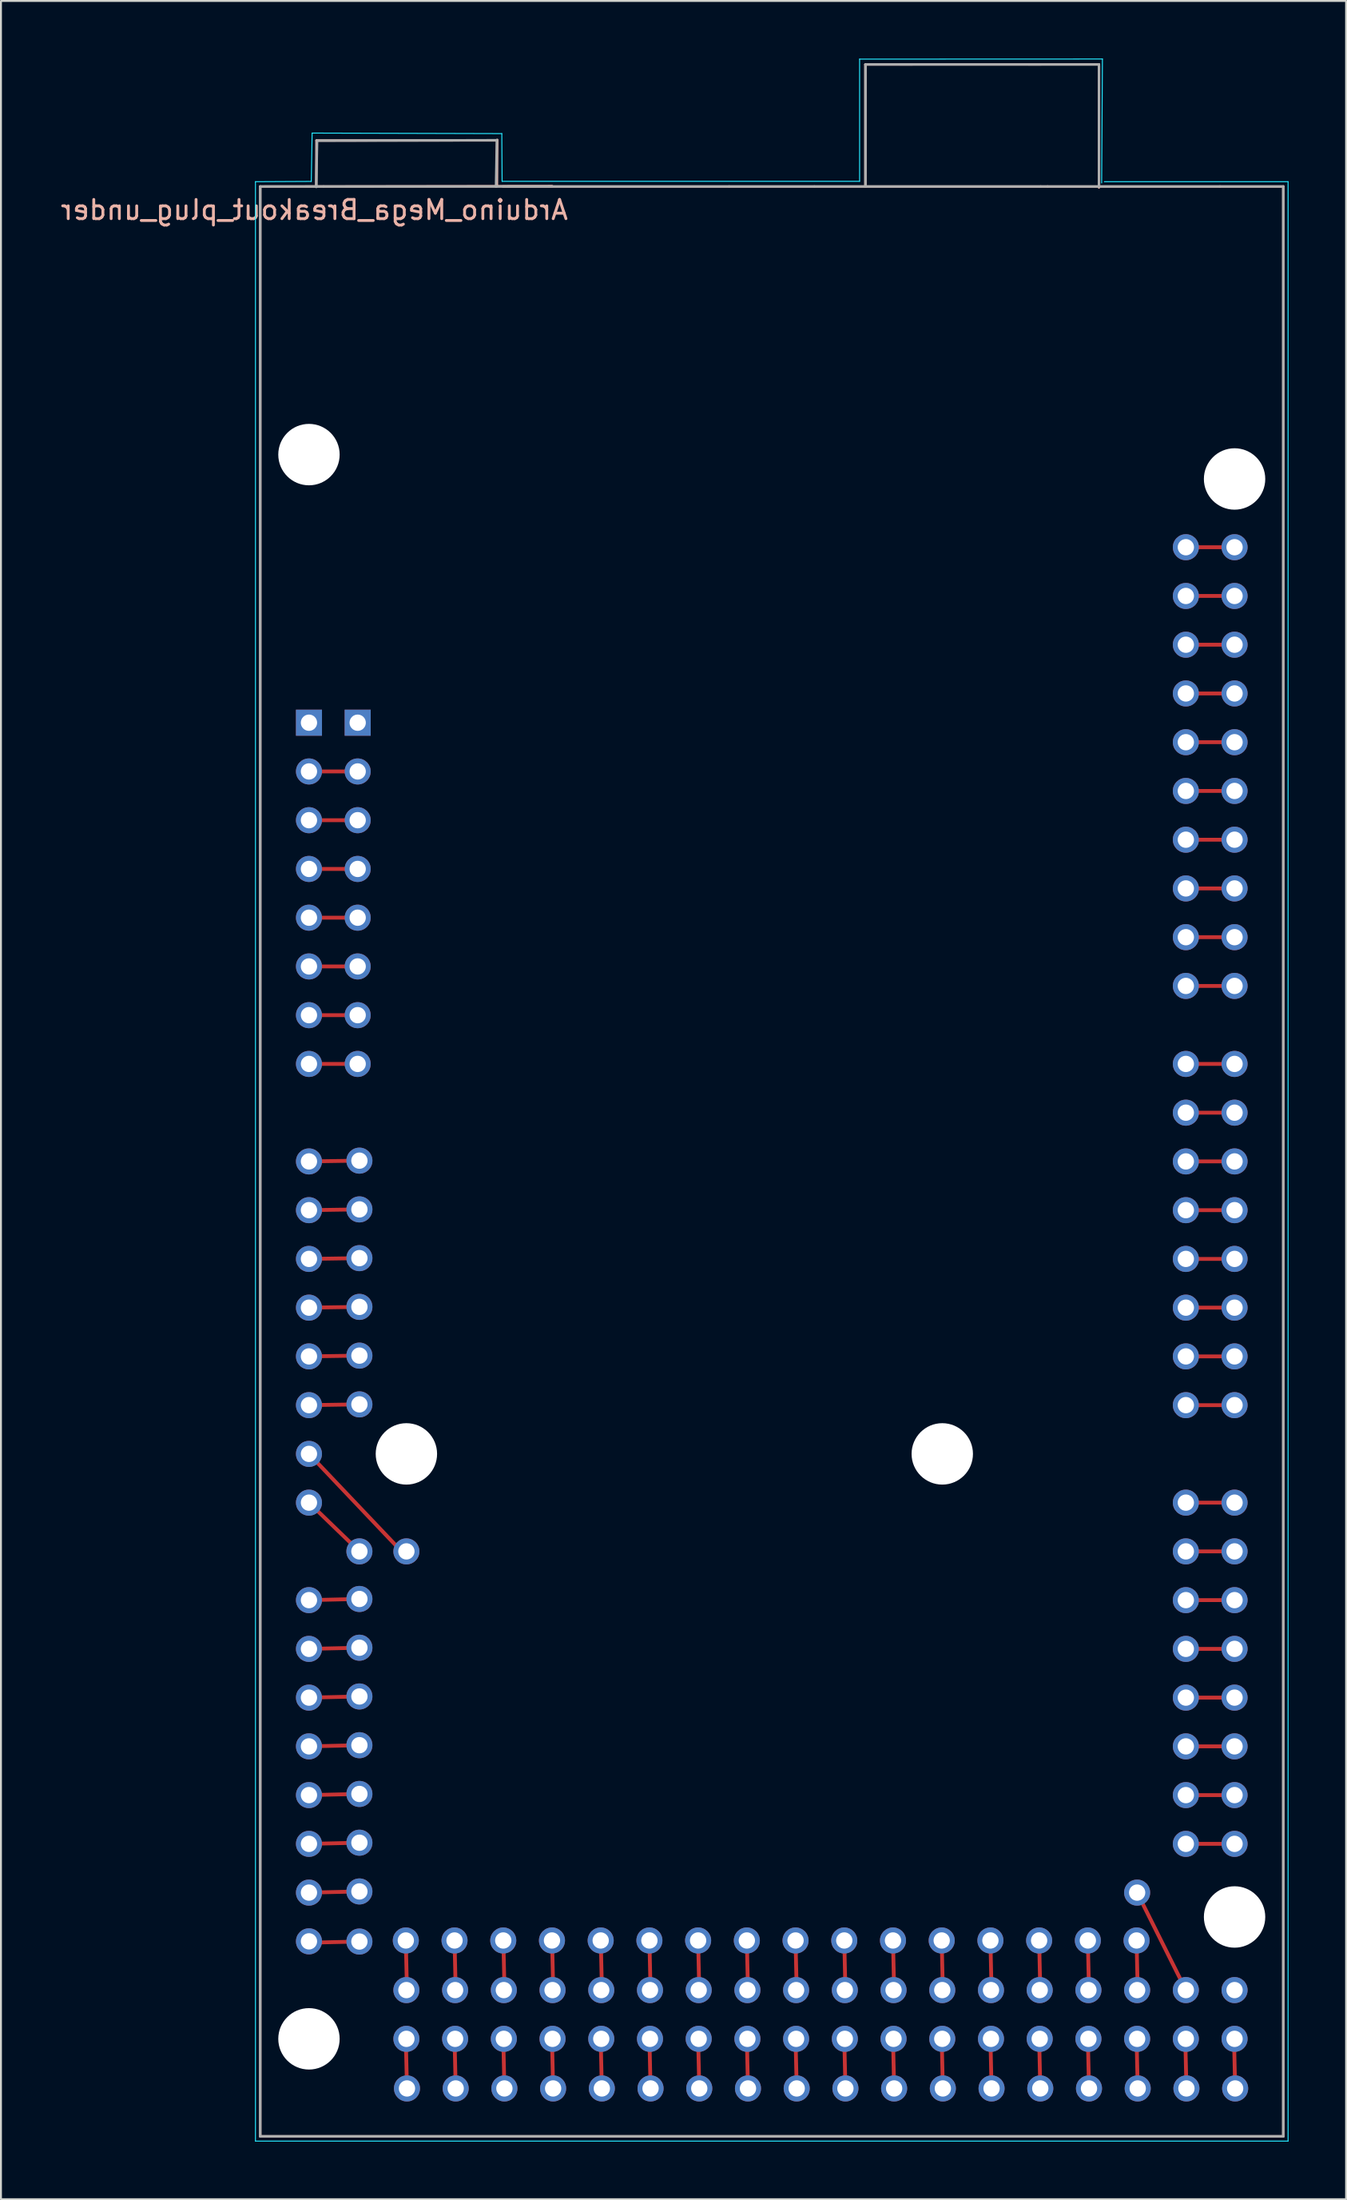
<source format=kicad_pcb>
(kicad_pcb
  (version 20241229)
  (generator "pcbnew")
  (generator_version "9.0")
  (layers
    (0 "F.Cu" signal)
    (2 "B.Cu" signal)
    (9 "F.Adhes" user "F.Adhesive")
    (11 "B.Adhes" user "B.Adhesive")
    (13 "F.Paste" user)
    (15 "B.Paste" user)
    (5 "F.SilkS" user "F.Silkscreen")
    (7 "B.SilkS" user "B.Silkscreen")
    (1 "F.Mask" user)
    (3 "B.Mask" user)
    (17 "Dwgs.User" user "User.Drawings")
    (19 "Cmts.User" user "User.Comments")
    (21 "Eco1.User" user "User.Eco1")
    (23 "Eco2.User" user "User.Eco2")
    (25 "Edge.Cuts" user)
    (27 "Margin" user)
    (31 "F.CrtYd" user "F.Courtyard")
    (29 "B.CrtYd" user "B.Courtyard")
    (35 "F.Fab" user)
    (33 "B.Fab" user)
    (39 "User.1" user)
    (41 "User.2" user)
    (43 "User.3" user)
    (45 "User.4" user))
  (footprint "Arduino_Mega_Breakout_plug_under"
    (layer "F.Cu")
    (at 37.189 57.468)
    (property "Reference" "Arduino_Mega_Breakout_plug_under" (at -23.85 -49.58 0) (layer "B.SilkS") (effects (font (size 1 1) (thickness 0.15)) (justify mirror)))
    (attr through_hole)
    (fp_line (start -24.13 -20.32) (end -21.59 -20.32) (stroke (width 0.2) (type default)) (layer "F.Cu"))
    (fp_line (start -24.13 -15.24) (end -24 -15.25) (stroke (width 0.2) (type default)) (layer "F.Cu"))
    (fp_line (start -24.13 -15.24) (end -23.75 -15) (stroke (width 0.2) (type default)) (layer "F.Cu"))
    (fp_line (start -24.13 15.24) (end -19.304 20.32) (stroke (width 0.2) (type default)) (layer "F.Cu"))
    (fp_line (start -24 -15.25) (end -24.13 -15.24) (stroke (width 0.2) (type default)) (layer "F.Cu"))
    (fp_line (start -21.59 -17.78) (end -24.13 -17.78) (stroke (width 0.2) (type default)) (layer "F.Cu"))
    (fp_line (start -21.59 -15.24) (end -24.13 -15.24) (stroke (width 0.2) (type default)) (layer "F.Cu"))
    (fp_line (start -21.59 -12.7) (end -24.13 -12.7) (stroke (width 0.2) (type default)) (layer "F.Cu"))
    (fp_line (start -21.59 -10.16) (end -24.13 -10.16) (stroke (width 0.2) (type default)) (layer "F.Cu"))
    (fp_line (start -21.59 -7.62) (end -24.13 -7.62) (stroke (width 0.2) (type default)) (layer "F.Cu"))
    (fp_line (start -21.59 -5.08) (end -24.13 -5.08) (stroke (width 0.2) (type default)) (layer "F.Cu"))
    (fp_line (start -21.5 -0.04) (end -24.13 0) (stroke (width 0.2) (type default)) (layer "F.Cu"))
    (fp_line (start -21.5 2.5) (end -24.13 2.54) (stroke (width 0.2) (type default)) (layer "F.Cu"))
    (fp_line (start -21.5 5.04) (end -24.13 5.08) (stroke (width 0.2) (type default)) (layer "F.Cu"))
    (fp_line (start -21.5 7.58) (end -24.13 7.62) (stroke (width 0.2) (type default)) (layer "F.Cu"))
    (fp_line (start -21.5 10.12) (end -24.13 10.16) (stroke (width 0.2) (type default)) (layer "F.Cu"))
    (fp_line (start -21.5 12.66) (end -24.13 12.7) (stroke (width 0.2) (type default)) (layer "F.Cu"))
    (fp_line (start -21.5 20.32) (end -24.13 17.78) (stroke (width 0.2) (type default)) (layer "F.Cu"))
    (fp_line (start -21.5 22.8) (end -24.13 22.86) (stroke (width 0.2) (type default)) (layer "F.Cu"))
    (fp_line (start -21.5 25.34) (end -24.13 25.4) (stroke (width 0.2) (type default)) (layer "F.Cu"))
    (fp_line (start -21.5 27.88) (end -24.13 27.94) (stroke (width 0.2) (type default)) (layer "F.Cu"))
    (fp_line (start -21.5 30.42) (end -24.13 30.48) (stroke (width 0.2) (type default)) (layer "F.Cu"))
    (fp_line (start -21.5 32.96) (end -24.13 33.02) (stroke (width 0.2) (type default)) (layer "F.Cu"))
    (fp_line (start -21.5 35.5) (end -24.13 35.56) (stroke (width 0.2) (type default)) (layer "F.Cu"))
    (fp_line (start -21.5 38.04) (end -24.13 38.1) (stroke (width 0.2) (type default)) (layer "F.Cu"))
    (fp_line (start -21.5 40.65) (end -24.13 40.71) (stroke (width 0.2) (type default)) (layer "F.Cu"))
    (fp_line (start -19.08 40.595) (end -19.02 43.225) (stroke (width 0.2) (type default)) (layer "F.Cu"))
    (fp_line (start -19.08 45.675) (end -19.02 48.305) (stroke (width 0.2) (type default)) (layer "F.Cu"))
    (fp_line (start -16.54 40.595) (end -16.48 43.225) (stroke (width 0.2) (type default)) (layer "F.Cu"))
    (fp_line (start -16.54 45.675) (end -16.48 48.305) (stroke (width 0.2) (type default)) (layer "F.Cu"))
    (fp_line (start -14 40.341) (end -13.94 42.971) (stroke (width 0.2) (type default)) (layer "F.Cu"))
    (fp_line (start -14 45.675) (end -13.94 48.305) (stroke (width 0.2) (type default)) (layer "F.Cu"))
    (fp_line (start -11.46 40.341) (end -11.4 42.971) (stroke (width 0.2) (type default)) (layer "F.Cu"))
    (fp_line (start -11.46 45.675) (end -11.4 48.305) (stroke (width 0.2) (type default)) (layer "F.Cu"))
    (fp_line (start -8.92 40.341) (end -8.86 42.971) (stroke (width 0.2) (type default)) (layer "F.Cu"))
    (fp_line (start -8.92 45.675) (end -8.86 48.305) (stroke (width 0.2) (type default)) (layer "F.Cu"))
    (fp_line (start -6.38 40.595) (end -6.32 43.225) (stroke (width 0.2) (type default)) (layer "F.Cu"))
    (fp_line (start -6.38 45.675) (end -6.32 48.305) (stroke (width 0.2) (type default)) (layer "F.Cu"))
    (fp_line (start -3.84 40.595) (end -3.78 43.225) (stroke (width 0.2) (type default)) (layer "F.Cu"))
    (fp_line (start -3.84 45.675) (end -3.78 48.305) (stroke (width 0.2) (type default)) (layer "F.Cu"))
    (fp_line (start -1.3 40.595) (end -1.24 43.225) (stroke (width 0.2) (type default)) (layer "F.Cu"))
    (fp_line (start -1.3 45.675) (end -1.24 48.305) (stroke (width 0.2) (type default)) (layer "F.Cu"))
    (fp_line (start 1.24 40.595) (end 1.3 43.225) (stroke (width 0.2) (type default)) (layer "F.Cu"))
    (fp_line (start 1.24 45.675) (end 1.3 48.305) (stroke (width 0.2) (type default)) (layer "F.Cu"))
    (fp_line (start 3.78 40.595) (end 3.84 43.225) (stroke (width 0.2) (type default)) (layer "F.Cu"))
    (fp_line (start 3.78 45.675) (end 3.84 48.305) (stroke (width 0.2) (type default)) (layer "F.Cu"))
    (fp_line (start 6.32 40.595) (end 6.38 43.225) (stroke (width 0.2) (type default)) (layer "F.Cu"))
    (fp_line (start 6.32 45.675) (end 6.38 48.305) (stroke (width 0.2) (type default)) (layer "F.Cu"))
    (fp_line (start 8.86 40.595) (end 8.92 43.225) (stroke (width 0.2) (type default)) (layer "F.Cu"))
    (fp_line (start 8.86 45.675) (end 8.92 48.305) (stroke (width 0.2) (type default)) (layer "F.Cu"))
    (fp_line (start 11.4 40.595) (end 11.46 43.225) (stroke (width 0.2) (type default)) (layer "F.Cu"))
    (fp_line (start 11.4 45.675) (end 11.46 48.305) (stroke (width 0.2) (type default)) (layer "F.Cu"))
    (fp_line (start 13.94 40.595) (end 14 43.225) (stroke (width 0.2) (type default)) (layer "F.Cu"))
    (fp_line (start 13.94 45.675) (end 14 48.305) (stroke (width 0.2) (type default)) (layer "F.Cu"))
    (fp_line (start 16.48 40.595) (end 16.54 43.225) (stroke (width 0.2) (type default)) (layer "F.Cu"))
    (fp_line (start 16.48 45.675) (end 16.54 48.305) (stroke (width 0.2) (type default)) (layer "F.Cu"))
    (fp_line (start 19.02 40.595) (end 19.08 43.225) (stroke (width 0.2) (type default)) (layer "F.Cu"))
    (fp_line (start 19.02 45.675) (end 19.08 48.305) (stroke (width 0.2) (type default)) (layer "F.Cu"))
    (fp_line (start 19.05 38.1) (end 21.336 42.672) (stroke (width 0.2) (type default)) (layer "F.Cu"))
    (fp_line (start 21.56 45.675) (end 21.62 48.305) (stroke (width 0.2) (type default)) (layer "F.Cu"))
    (fp_line (start 21.59 -32.004) (end 24.13 -32.004) (stroke (width 0.2) (type default)) (layer "F.Cu"))
    (fp_line (start 21.59 -29.464) (end 24.13 -29.464) (stroke (width 0.2) (type default)) (layer "F.Cu"))
    (fp_line (start 21.59 -26.924) (end 24.13 -26.924) (stroke (width 0.2) (type default)) (layer "F.Cu"))
    (fp_line (start 21.59 -24.384) (end 24.13 -24.384) (stroke (width 0.2) (type default)) (layer "F.Cu"))
    (fp_line (start 21.59 -21.844) (end 24.13 -21.844) (stroke (width 0.2) (type default)) (layer "F.Cu"))
    (fp_line (start 21.59 -19.304) (end 24.13 -19.304) (stroke (width 0.2) (type default)) (layer "F.Cu"))
    (fp_line (start 21.59 -16.764) (end 24.13 -16.764) (stroke (width 0.2) (type default)) (layer "F.Cu"))
    (fp_line (start 21.59 -14.224) (end 24.13 -14.224) (stroke (width 0.2) (type default)) (layer "F.Cu"))
    (fp_line (start 21.59 -11.684) (end 24.13 -11.684) (stroke (width 0.2) (type default)) (layer "F.Cu"))
    (fp_line (start 21.59 -9.144) (end 24.13 -9.144) (stroke (width 0.2) (type default)) (layer "F.Cu"))
    (fp_line (start 21.59 -5.08) (end 24.13 -5.08) (stroke (width 0.2) (type default)) (layer "F.Cu"))
    (fp_line (start 21.59 -2.54) (end 24.13 -2.54) (stroke (width 0.2) (type default)) (layer "F.Cu"))
    (fp_line (start 21.59 0) (end 24.13 0) (stroke (width 0.2) (type default)) (layer "F.Cu"))
    (fp_line (start 21.59 2.54) (end 24.13 2.54) (stroke (width 0.2) (type default)) (layer "F.Cu"))
    (fp_line (start 21.59 5.08) (end 24.13 5.08) (stroke (width 0.2) (type default)) (layer "F.Cu"))
    (fp_line (start 21.59 7.62) (end 24.13 7.62) (stroke (width 0.2) (type default)) (layer "F.Cu"))
    (fp_line (start 21.59 10.16) (end 24.13 10.16) (stroke (width 0.2) (type default)) (layer "F.Cu"))
    (fp_line (start 21.59 12.7) (end 24.13 12.7) (stroke (width 0.2) (type default)) (layer "F.Cu"))
    (fp_line (start 21.59 17.78) (end 24.13 17.78) (stroke (width 0.2) (type default)) (layer "F.Cu"))
    (fp_line (start 21.59 20.32) (end 24.13 20.32) (stroke (width 0.2) (type default)) (layer "F.Cu"))
    (fp_line (start 21.59 22.86) (end 24.13 22.86) (stroke (width 0.2) (type default)) (layer "F.Cu"))
    (fp_line (start 21.59 25.4) (end 24.13 25.4) (stroke (width 0.2) (type default)) (layer "F.Cu"))
    (fp_line (start 21.59 27.94) (end 24.13 27.94) (stroke (width 0.2) (type default)) (layer "F.Cu"))
    (fp_line (start 21.59 30.48) (end 24.13 30.48) (stroke (width 0.2) (type default)) (layer "F.Cu"))
    (fp_line (start 21.59 33.02) (end 24.13 33.02) (stroke (width 0.2) (type default)) (layer "F.Cu"))
    (fp_line (start 21.59 35.56) (end 24.13 35.56) (stroke (width 0.2) (type default)) (layer "F.Cu"))
    (fp_line (start 24.1 45.675) (end 24.16 48.305) (stroke (width 0.2) (type default)) (layer "F.Cu"))
    (fp_line (start -26.67 -50.8) (end -26.67 50.8) (stroke (width 0.127) (type solid)) (layer "B.SilkS"))
    (fp_line (start -26.67 50.8) (end 26.67 50.8) (stroke (width 0.127) (type solid)) (layer "B.SilkS"))
    (fp_line (start -23.75 -50.795) (end -23.736 -53.197) (stroke (width 0.127) (type solid)) (layer "B.SilkS"))
    (fp_line (start -23.736 -53.197) (end -14.364 -53.203) (stroke (width 0.127) (type solid)) (layer "B.SilkS"))
    (fp_line (start -14.313 -53.231) (end -14.33 -50.82) (stroke (width 0.127) (type solid)) (layer "B.SilkS"))
    (fp_line (start -11.45 -50.82) (end -26.67 -50.8) (stroke (width 0.127) (type solid)) (layer "B.SilkS"))
    (fp_line (start -2.22 -50.8) (end -14.02 -50.8) (stroke (width 0.127) (type solid)) (layer "B.SilkS"))
    (fp_line (start 4.88 -57.155) (end 4.88 -50.805) (stroke (width 0.127) (type solid)) (layer "B.SilkS"))
    (fp_line (start 14.378 -50.8) (end -2.22 -50.8) (stroke (width 0.127) (type solid)) (layer "B.SilkS"))
    (fp_line (start 17.06 -57.16) (end 4.88 -57.155) (stroke (width 0.127) (type solid)) (layer "B.SilkS"))
    (fp_line (start 17.06 -50.75) (end 17.06 -57.1) (stroke (width 0.127) (type solid)) (layer "B.SilkS"))
    (fp_line (start 23.37 -50.8) (end 14.378 -50.8) (stroke (width 0.127) (type solid)) (layer "B.SilkS"))
    (fp_line (start 26.67 -50.8) (end 23.37 -50.8) (stroke (width 0.127) (type solid)) (layer "B.SilkS"))
    (fp_line (start 26.67 50.8) (end 26.67 -50.8) (stroke (width 0.127) (type solid)) (layer "B.SilkS"))
    (fp_line (start -26.92 -51.05) (end -26.92 51.05) (stroke (width 0.05) (type solid)) (layer "B.CrtYd"))
    (fp_line (start -26.92 -51.05) (end -24.01 -51.065) (stroke (width 0.05) (type solid)) (layer "B.CrtYd"))
    (fp_line (start -24.01 -51.065) (end -23.965 -53.584) (stroke (width 0.05) (type solid)) (layer "B.CrtYd"))
    (fp_line (start -23.965 -53.584) (end -14.075 -53.556) (stroke (width 0.05) (type solid)) (layer "B.CrtYd"))
    (fp_line (start -14.075 -53.556) (end -14.06 -51.07) (stroke (width 0.05) (type solid)) (layer "B.CrtYd"))
    (fp_line (start -14.06 -51.07) (end 4.58 -51.07) (stroke (width 0.05) (type solid)) (layer "B.CrtYd"))
    (fp_line (start 4.58 -57.438) (end 17.24 -57.443) (stroke (width 0.05) (type solid)) (layer "B.CrtYd"))
    (fp_line (start 4.58 -51.07) (end 4.58 -57.438) (stroke (width 0.05) (type solid)) (layer "B.CrtYd"))
    (fp_line (start 17.24 -57.443) (end 17.2 -50.985) (stroke (width 0.05) (type solid)) (layer "B.CrtYd"))
    (fp_line (start 17.34 -51.05) (end 26.92 -51.05) (stroke (width 0.05) (type solid)) (layer "B.CrtYd"))
    (fp_line (start 26.92 51.05) (end -26.92 51.05) (stroke (width 0.05) (type solid)) (layer "B.CrtYd"))
    (fp_line (start 26.92 51.05) (end 26.92 -51.05) (stroke (width 0.05) (type solid)) (layer "B.CrtYd"))
    (fp_line (start -26.67 -50.8) (end -23.37 -50.8) (stroke (width 0.127) (type solid)) (layer "F.Fab"))
    (fp_line (start -26.67 50.8) (end -26.67 -50.8) (stroke (width 0.127) (type solid)) (layer "F.Fab"))
    (fp_line (start -23.75 -50.775) (end -23.706 -53.188) (stroke (width 0.127) (type solid)) (layer "F.Fab"))
    (fp_line (start -23.706 -53.188) (end -14.334 -53.212) (stroke (width 0.127) (type solid)) (layer "F.Fab"))
    (fp_line (start -23.37 -50.8) (end -14.378 -50.8) (stroke (width 0.127) (type solid)) (layer "F.Fab"))
    (fp_line (start -14.378 -50.8) (end 2.22 -50.8) (stroke (width 0.127) (type solid)) (layer "F.Fab"))
    (fp_line (start -14.334 -53.212) (end -14.378 -50.8) (stroke (width 0.127) (type solid)) (layer "F.Fab"))
    (fp_line (start 2.22 -50.8) (end 14.02 -50.8) (stroke (width 0.127) (type solid)) (layer "F.Fab"))
    (fp_line (start 4.89 -57.165) (end 4.89 -50.815) (stroke (width 0.127) (type solid)) (layer "F.Fab"))
    (fp_line (start 14.02 -50.8) (end 26.67 -50.8) (stroke (width 0.127) (type solid)) (layer "F.Fab"))
    (fp_line (start 17.06 -57.16) (end 4.89 -57.165) (stroke (width 0.127) (type solid)) (layer "F.Fab"))
    (fp_line (start 17.06 -50.81) (end 17.06 -57.16) (stroke (width 0.127) (type solid)) (layer "F.Fab"))
    (fp_line (start 26.67 -50.8) (end 26.67 50.8) (stroke (width 0.127) (type solid)) (layer "F.Fab"))
    (fp_line (start 26.67 50.8) (end -26.67 50.8) (stroke (width 0.127) (type solid)) (layer "F.Fab"))
    (pad "" np_thru_hole circle (at -24.13 -36.83) (size 3.2 3.2) (drill 3.2) (layers "*.Cu" "*.Mask"))
    (pad "" np_thru_hole circle (at -24.13 45.72) (size 3.2 3.2) (drill 3.2) (layers "*.Cu" "*.Mask"))
    (pad "" np_thru_hole circle (at -19.05 15.24) (size 3.2 3.2) (drill 3.2) (layers "*.Cu" "*.Mask"))
    (pad "" np_thru_hole circle (at 8.89 15.24) (size 3.2 3.2) (drill 3.2) (layers "*.Cu" "*.Mask"))
    (pad "" np_thru_hole circle (at 24.13 -35.56) (size 3.2 3.2) (drill 3.2) (layers "*.Cu" "*.Mask"))
    (pad "" np_thru_hole circle (at 24.13 39.37) (size 3.2 3.2) (drill 3.2) (layers "*.Cu" "*.Mask"))
    (pad "0" thru_hole circle (at 21.59 12.7) (size 1.358 1.358) (drill 0.85) (layers "*.Cu" "*.Mask"))
    (pad "0" thru_hole circle (at 24.13 12.7) (size 1.358 1.358) (drill 0.85) (layers "*.Cu" "*.Mask"))
    (pad "1" thru_hole circle (at 21.59 10.16) (size 1.358 1.358) (drill 0.85) (layers "*.Cu" "*.Mask"))
    (pad "1" thru_hole circle (at 24.13 10.16) (size 1.358 1.358) (drill 0.85) (layers "*.Cu" "*.Mask"))
    (pad "2" thru_hole circle (at 21.59 7.62) (size 1.358 1.358) (drill 0.85) (layers "*.Cu" "*.Mask"))
    (pad "2" thru_hole circle (at 24.13 7.62) (size 1.358 1.358) (drill 0.85) (layers "*.Cu" "*.Mask"))
    (pad "3" thru_hole circle (at 21.59 5.08) (size 1.358 1.358) (drill 0.85) (layers "*.Cu" "*.Mask"))
    (pad "3" thru_hole circle (at 24.13 5.08) (size 1.358 1.358) (drill 0.85) (layers "*.Cu" "*.Mask"))
    (pad "3V3" thru_hole circle (at -24.13 -15.24) (size 1.358 1.358) (drill 0.85) (layers "*.Cu" "*.Mask"))
    (pad "3V3" thru_hole circle (at -21.59 -15.24) (size 1.358 1.358) (drill 0.85) (layers "*.Cu" "*.Mask"))
    (pad "4" thru_hole circle (at 21.59 2.54) (size 1.358 1.358) (drill 0.85) (layers "*.Cu" "*.Mask"))
    (pad "4" thru_hole circle (at 24.13 2.54) (size 1.358 1.358) (drill 0.85) (layers "*.Cu" "*.Mask"))
    (pad "5" thru_hole circle (at 21.59 0) (size 1.358 1.358) (drill 0.85) (layers "*.Cu" "*.Mask"))
    (pad "5" thru_hole circle (at 24.13 0) (size 1.358 1.358) (drill 0.85) (layers "*.Cu" "*.Mask"))
    (pad "5V_1" thru_hole circle (at -24.13 -12.7) (size 1.358 1.358) (drill 0.85) (layers "*.Cu" "*.Mask"))
    (pad "5V_1" thru_hole circle (at -21.59 -12.7) (size 1.358 1.358) (drill 0.85) (layers "*.Cu" "*.Mask"))
    (pad "5V_2" thru_hole circle (at 24.13 43.18) (size 1.358 1.358) (drill 0.85) (layers "*.Cu" "*.Mask"))
    (pad "5V_3" thru_hole circle (at 24.13 45.72) (size 1.358 1.358) (drill 0.85) (layers "*.Cu" "*.Mask"))
    (pad "5V_3" thru_hole circle (at 24.16 48.305) (size 1.358 1.358) (drill 0.85) (layers "*.Cu" "*.Mask"))
    (pad "6" thru_hole circle (at 21.59 -2.54) (size 1.358 1.358) (drill 0.85) (layers "*.Cu" "*.Mask"))
    (pad "6" thru_hole circle (at 24.13 -2.54) (size 1.358 1.358) (drill 0.85) (layers "*.Cu" "*.Mask"))
    (pad "7" thru_hole circle (at 21.59 -5.08) (size 1.358 1.358) (drill 0.85) (layers "*.Cu" "*.Mask"))
    (pad "7" thru_hole circle (at 24.13 -5.08) (size 1.358 1.358) (drill 0.85) (layers "*.Cu" "*.Mask"))
    (pad "8" thru_hole circle (at 21.59 -9.144) (size 1.358 1.358) (drill 0.85) (layers "*.Cu" "*.Mask"))
    (pad "8" thru_hole circle (at 24.13 -9.144) (size 1.358 1.358) (drill 0.85) (layers "*.Cu" "*.Mask"))
    (pad "9" thru_hole circle (at 21.59 -11.684) (size 1.358 1.358) (drill 0.85) (layers "*.Cu" "*.Mask"))
    (pad "9" thru_hole circle (at 24.13 -11.684) (size 1.358 1.358) (drill 0.85) (layers "*.Cu" "*.Mask"))
    (pad "10" thru_hole circle (at 21.59 -14.224) (size 1.358 1.358) (drill 0.85) (layers "*.Cu" "*.Mask"))
    (pad "10" thru_hole circle (at 24.13 -14.224) (size 1.358 1.358) (drill 0.85) (layers "*.Cu" "*.Mask"))
    (pad "11" thru_hole circle (at 21.59 -16.764) (size 1.358 1.358) (drill 0.85) (layers "*.Cu" "*.Mask"))
    (pad "11" thru_hole circle (at 24.13 -16.764) (size 1.358 1.358) (drill 0.85) (layers "*.Cu" "*.Mask"))
    (pad "12" thru_hole circle (at 21.59 -19.304) (size 1.358 1.358) (drill 0.85) (layers "*.Cu" "*.Mask"))
    (pad "12" thru_hole circle (at 24.13 -19.304) (size 1.358 1.358) (drill 0.85) (layers "*.Cu" "*.Mask"))
    (pad "13" thru_hole circle (at 21.59 -21.844) (size 1.358 1.358) (drill 0.85) (layers "*.Cu" "*.Mask"))
    (pad "13" thru_hole circle (at 24.13 -21.844) (size 1.358 1.358) (drill 0.85) (layers "*.Cu" "*.Mask"))
    (pad "14" thru_hole circle (at 21.59 17.78) (size 1.358 1.358) (drill 0.85) (layers "*.Cu" "*.Mask"))
    (pad "14" thru_hole circle (at 24.13 17.78) (size 1.358 1.358) (drill 0.85) (layers "*.Cu" "*.Mask"))
    (pad "15" thru_hole circle (at 21.59 20.32) (size 1.358 1.358) (drill 0.85) (layers "*.Cu" "*.Mask"))
    (pad "15" thru_hole circle (at 24.13 20.32) (size 1.358 1.358) (drill 0.85) (layers "*.Cu" "*.Mask"))
    (pad "16" thru_hole circle (at 21.59 22.86) (size 1.358 1.358) (drill 0.85) (layers "*.Cu" "*.Mask"))
    (pad "16" thru_hole circle (at 24.13 22.86) (size 1.358 1.358) (drill 0.85) (layers "*.Cu" "*.Mask"))
    (pad "17" thru_hole circle (at 21.59 25.4) (size 1.358 1.358) (drill 0.85) (layers "*.Cu" "*.Mask"))
    (pad "17" thru_hole circle (at 24.13 25.4) (size 1.358 1.358) (drill 0.85) (layers "*.Cu" "*.Mask"))
    (pad "18" thru_hole circle (at 21.59 27.94) (size 1.358 1.358) (drill 0.85) (layers "*.Cu" "*.Mask"))
    (pad "18" thru_hole circle (at 24.13 27.94) (size 1.358 1.358) (drill 0.85) (layers "*.Cu" "*.Mask"))
    (pad "19" thru_hole circle (at 21.59 30.48) (size 1.358 1.358) (drill 0.85) (layers "*.Cu" "*.Mask"))
    (pad "19" thru_hole circle (at 24.13 30.48) (size 1.358 1.358) (drill 0.85) (layers "*.Cu" "*.Mask"))
    (pad "20" thru_hole circle (at 21.59 33.02) (size 1.358 1.358) (drill 0.85) (layers "*.Cu" "*.Mask"))
    (pad "20" thru_hole circle (at 24.13 33.02) (size 1.358 1.358) (drill 0.85) (layers "*.Cu" "*.Mask"))
    (pad "21" thru_hole circle (at 21.59 35.56) (size 1.358 1.358) (drill 0.85) (layers "*.Cu" "*.Mask"))
    (pad "21" thru_hole circle (at 24.13 35.56) (size 1.358 1.358) (drill 0.85) (layers "*.Cu" "*.Mask"))
    (pad "22" thru_hole circle (at 19.05 38.1) (size 1.358 1.358) (drill 0.85) (layers "*.Cu" "*.Mask"))
    (pad "22" thru_hole circle (at 21.59 43.18) (size 1.358 1.358) (drill 0.85) (layers "*.Cu" "*.Mask"))
    (pad "23" thru_hole circle (at 21.59 45.72) (size 1.358 1.358) (drill 0.85) (layers "*.Cu" "*.Mask"))
    (pad "23" thru_hole circle (at 21.62 48.305) (size 1.358 1.358) (drill 0.85) (layers "*.Cu" "*.Mask"))
    (pad "24" thru_hole circle (at 19.02 40.595) (size 1.358 1.358) (drill 0.85) (layers "*.Cu" "*.Mask"))
    (pad "24" thru_hole circle (at 19.05 43.18) (size 1.358 1.358) (drill 0.85) (layers "*.Cu" "*.Mask"))
    (pad "25" thru_hole circle (at 19.05 45.72) (size 1.358 1.358) (drill 0.85) (layers "*.Cu" "*.Mask"))
    (pad "25" thru_hole circle (at 19.08 48.305) (size 1.358 1.358) (drill 0.85) (layers "*.Cu" "*.Mask"))
    (pad "26" thru_hole circle (at 16.48 40.595) (size 1.358 1.358) (drill 0.85) (layers "*.Cu" "*.Mask"))
    (pad "26" thru_hole circle (at 16.51 43.18) (size 1.358 1.358) (drill 0.85) (layers "*.Cu" "*.Mask"))
    (pad "27" thru_hole circle (at 16.51 45.72) (size 1.358 1.358) (drill 0.85) (layers "*.Cu" "*.Mask"))
    (pad "27" thru_hole circle (at 16.54 48.305) (size 1.358 1.358) (drill 0.85) (layers "*.Cu" "*.Mask"))
    (pad "28" thru_hole circle (at 13.94 40.595) (size 1.358 1.358) (drill 0.85) (layers "*.Cu" "*.Mask"))
    (pad "28" thru_hole circle (at 13.97 43.18) (size 1.358 1.358) (drill 0.85) (layers "*.Cu" "*.Mask"))
    (pad "29" thru_hole circle (at 13.97 45.72) (size 1.358 1.358) (drill 0.85) (layers "*.Cu" "*.Mask"))
    (pad "29" thru_hole circle (at 14 48.305) (size 1.358 1.358) (drill 0.85) (layers "*.Cu" "*.Mask"))
    (pad "30" thru_hole circle (at 11.4 40.595) (size 1.358 1.358) (drill 0.85) (layers "*.Cu" "*.Mask"))
    (pad "30" thru_hole circle (at 11.43 43.18) (size 1.358 1.358) (drill 0.85) (layers "*.Cu" "*.Mask"))
    (pad "31" thru_hole circle (at 11.43 45.72) (size 1.358 1.358) (drill 0.85) (layers "*.Cu" "*.Mask"))
    (pad "31" thru_hole circle (at 11.46 48.305) (size 1.358 1.358) (drill 0.85) (layers "*.Cu" "*.Mask"))
    (pad "32" thru_hole circle (at 8.86 40.595) (size 1.358 1.358) (drill 0.85) (layers "*.Cu" "*.Mask"))
    (pad "32" thru_hole circle (at 8.89 43.18) (size 1.358 1.358) (drill 0.85) (layers "*.Cu" "*.Mask"))
    (pad "33" thru_hole circle (at 8.89 45.72) (size 1.358 1.358) (drill 0.85) (layers "*.Cu" "*.Mask"))
    (pad "33" thru_hole circle (at 8.92 48.305) (size 1.358 1.358) (drill 0.85) (layers "*.Cu" "*.Mask"))
    (pad "34" thru_hole circle (at 6.32 40.595) (size 1.358 1.358) (drill 0.85) (layers "*.Cu" "*.Mask"))
    (pad "34" thru_hole circle (at 6.35 43.18) (size 1.358 1.358) (drill 0.85) (layers "*.Cu" "*.Mask"))
    (pad "35" thru_hole circle (at 6.35 45.72) (size 1.358 1.358) (drill 0.85) (layers "*.Cu" "*.Mask"))
    (pad "35" thru_hole circle (at 6.38 48.305) (size 1.358 1.358) (drill 0.85) (layers "*.Cu" "*.Mask"))
    (pad "36" thru_hole circle (at 3.78 40.595) (size 1.358 1.358) (drill 0.85) (layers "*.Cu" "*.Mask"))
    (pad "36" thru_hole circle (at 3.81 43.18) (size 1.358 1.358) (drill 0.85) (layers "*.Cu" "*.Mask"))
    (pad "37" thru_hole circle (at 3.81 45.72) (size 1.358 1.358) (drill 0.85) (layers "*.Cu" "*.Mask"))
    (pad "37" thru_hole circle (at 3.84 48.305) (size 1.358 1.358) (drill 0.85) (layers "*.Cu" "*.Mask"))
    (pad "38" thru_hole circle (at 1.24 40.595) (size 1.358 1.358) (drill 0.85) (layers "*.Cu" "*.Mask"))
    (pad "38" thru_hole circle (at 1.27 43.18) (size 1.358 1.358) (drill 0.85) (layers "*.Cu" "*.Mask"))
    (pad "39" thru_hole circle (at 1.27 45.72) (size 1.358 1.358) (drill 0.85) (layers "*.Cu" "*.Mask"))
    (pad "39" thru_hole circle (at 1.3 48.305) (size 1.358 1.358) (drill 0.85) (layers "*.Cu" "*.Mask"))
    (pad "40" thru_hole circle (at -1.3 40.595) (size 1.358 1.358) (drill 0.85) (layers "*.Cu" "*.Mask"))
    (pad "40" thru_hole circle (at -1.27 43.18) (size 1.358 1.358) (drill 0.85) (layers "*.Cu" "*.Mask"))
    (pad "41" thru_hole circle (at -1.27 45.72) (size 1.358 1.358) (drill 0.85) (layers "*.Cu" "*.Mask"))
    (pad "41" thru_hole circle (at -1.24 48.305) (size 1.358 1.358) (drill 0.85) (layers "*.Cu" "*.Mask"))
    (pad "42" thru_hole circle (at -3.84 40.595) (size 1.358 1.358) (drill 0.85) (layers "*.Cu" "*.Mask"))
    (pad "42" thru_hole circle (at -3.81 43.18) (size 1.358 1.358) (drill 0.85) (layers "*.Cu" "*.Mask"))
    (pad "43" thru_hole circle (at -3.81 45.72) (size 1.358 1.358) (drill 0.85) (layers "*.Cu" "*.Mask"))
    (pad "43" thru_hole circle (at -3.78 48.305) (size 1.358 1.358) (drill 0.85) (layers "*.Cu" "*.Mask"))
    (pad "44" thru_hole circle (at -6.38 40.595) (size 1.358 1.358) (drill 0.85) (layers "*.Cu" "*.Mask"))
    (pad "44" thru_hole circle (at -6.35 43.18) (size 1.358 1.358) (drill 0.85) (layers "*.Cu" "*.Mask"))
    (pad "45" thru_hole circle (at -6.35 45.72) (size 1.358 1.358) (drill 0.85) (layers "*.Cu" "*.Mask"))
    (pad "45" thru_hole circle (at -6.32 48.305) (size 1.358 1.358) (drill 0.85) (layers "*.Cu" "*.Mask"))
    (pad "46" thru_hole circle (at -8.92 40.595) (size 1.358 1.358) (drill 0.85) (layers "*.Cu" "*.Mask"))
    (pad "46" thru_hole circle (at -8.89 43.18) (size 1.358 1.358) (drill 0.85) (layers "*.Cu" "*.Mask"))
    (pad "47" thru_hole circle (at -8.89 45.72) (size 1.358 1.358) (drill 0.85) (layers "*.Cu" "*.Mask"))
    (pad "47" thru_hole circle (at -8.86 48.305) (size 1.358 1.358) (drill 0.85) (layers "*.Cu" "*.Mask"))
    (pad "48" thru_hole circle (at -11.46 40.595) (size 1.358 1.358) (drill 0.85) (layers "*.Cu" "*.Mask"))
    (pad "48" thru_hole circle (at -11.43 43.18) (size 1.358 1.358) (drill 0.85) (layers "*.Cu" "*.Mask"))
    (pad "49" thru_hole circle (at -11.43 45.72) (size 1.358 1.358) (drill 0.85) (layers "*.Cu" "*.Mask"))
    (pad "49" thru_hole circle (at -11.4 48.305) (size 1.358 1.358) (drill 0.85) (layers "*.Cu" "*.Mask"))
    (pad "50" thru_hole circle (at -14 40.595) (size 1.358 1.358) (drill 0.85) (layers "*.Cu" "*.Mask"))
    (pad "50" thru_hole circle (at -13.97 43.18) (size 1.358 1.358) (drill 0.85) (layers "*.Cu" "*.Mask"))
    (pad "51" thru_hole circle (at -13.97 45.72) (size 1.358 1.358) (drill 0.85) (layers "*.Cu" "*.Mask"))
    (pad "51" thru_hole circle (at -13.94 48.305) (size 1.358 1.358) (drill 0.85) (layers "*.Cu" "*.Mask"))
    (pad "52" thru_hole circle (at -16.54 40.595) (size 1.358 1.358) (drill 0.85) (layers "*.Cu" "*.Mask"))
    (pad "52" thru_hole circle (at -16.51 43.18) (size 1.358 1.358) (drill 0.85) (layers "*.Cu" "*.Mask"))
    (pad "53" thru_hole circle (at -16.51 45.72) (size 1.358 1.358) (drill 0.85) (layers "*.Cu" "*.Mask"))
    (pad "53" thru_hole circle (at -16.48 48.305) (size 1.358 1.358) (drill 0.85) (layers "*.Cu" "*.Mask"))
    (pad "AD0" thru_hole circle (at -24.13 0) (size 1.358 1.358) (drill 0.85) (layers "*.Cu" "*.Mask"))
    (pad "AD0" thru_hole circle (at -21.5 -0.04) (size 1.358 1.358) (drill 0.85) (layers "*.Cu" "*.Mask"))
    (pad "AD1" thru_hole circle (at -24.13 2.54) (size 1.358 1.358) (drill 0.85) (layers "*.Cu" "*.Mask"))
    (pad "AD1" thru_hole circle (at -21.5 2.5) (size 1.358 1.358) (drill 0.85) (layers "*.Cu" "*.Mask"))
    (pad "AD2" thru_hole circle (at -24.13 5.08) (size 1.358 1.358) (drill 0.85) (layers "*.Cu" "*.Mask"))
    (pad "AD2" thru_hole circle (at -21.5 5.04) (size 1.358 1.358) (drill 0.85) (layers "*.Cu" "*.Mask"))
    (pad "AD3" thru_hole circle (at -24.13 7.62) (size 1.358 1.358) (drill 0.85) (layers "*.Cu" "*.Mask"))
    (pad "AD3" thru_hole circle (at -21.5 7.58) (size 1.358 1.358) (drill 0.85) (layers "*.Cu" "*.Mask"))
    (pad "AD4" thru_hole circle (at -24.13 10.16) (size 1.358 1.358) (drill 0.85) (layers "*.Cu" "*.Mask"))
    (pad "AD4" thru_hole circle (at -21.5 10.12) (size 1.358 1.358) (drill 0.85) (layers "*.Cu" "*.Mask"))
    (pad "AD5" thru_hole circle (at -24.13 12.7) (size 1.358 1.358) (drill 0.85) (layers "*.Cu" "*.Mask"))
    (pad "AD5" thru_hole circle (at -21.5 12.66) (size 1.358 1.358) (drill 0.85) (layers "*.Cu" "*.Mask"))
    (pad "AD6" thru_hole circle (at -24.13 15.24) (size 1.358 1.358) (drill 0.85) (layers "*.Cu" "*.Mask"))
    (pad "AD6" thru_hole circle (at -19.05 20.32) (size 1.358 1.358) (drill 0.85) (layers "*.Cu" "*.Mask"))
    (pad "AD7" thru_hole circle (at -24.13 17.78) (size 1.358 1.358) (drill 0.85) (layers "*.Cu" "*.Mask"))
    (pad "AD7" thru_hole circle (at -21.5 20.32) (size 1.358 1.358) (drill 0.85) (layers "*.Cu" "*.Mask"))
    (pad "AD8" thru_hole circle (at -24.13 22.86) (size 1.358 1.358) (drill 0.85) (layers "*.Cu" "*.Mask"))
    (pad "AD8" thru_hole circle (at -21.5 22.8) (size 1.358 1.358) (drill 0.85) (layers "*.Cu" "*.Mask"))
    (pad "AD9" thru_hole circle (at -24.13 25.4) (size 1.358 1.358) (drill 0.85) (layers "*.Cu" "*.Mask"))
    (pad "AD9" thru_hole circle (at -21.5 25.34) (size 1.358 1.358) (drill 0.85) (layers "*.Cu" "*.Mask"))
    (pad "AD10" thru_hole circle (at -24.13 27.94) (size 1.358 1.358) (drill 0.85) (layers "*.Cu" "*.Mask"))
    (pad "AD10" thru_hole circle (at -21.5 27.88) (size 1.358 1.358) (drill 0.85) (layers "*.Cu" "*.Mask"))
    (pad "AD11" thru_hole circle (at -24.13 30.48) (size 1.358 1.358) (drill 0.85) (layers "*.Cu" "*.Mask"))
    (pad "AD11" thru_hole circle (at -21.5 30.42) (size 1.358 1.358) (drill 0.85) (layers "*.Cu" "*.Mask"))
    (pad "AD12" thru_hole circle (at -24.13 33.02) (size 1.358 1.358) (drill 0.85) (layers "*.Cu" "*.Mask"))
    (pad "AD12" thru_hole circle (at -21.5 32.96) (size 1.358 1.358) (drill 0.85) (layers "*.Cu" "*.Mask"))
    (pad "AD13" thru_hole circle (at -24.13 35.56) (size 1.358 1.358) (drill 0.85) (layers "*.Cu" "*.Mask"))
    (pad "AD13" thru_hole circle (at -21.5 35.5) (size 1.358 1.358) (drill 0.85) (layers "*.Cu" "*.Mask"))
    (pad "AD14" thru_hole circle (at -24.13 38.1) (size 1.358 1.358) (drill 0.85) (layers "*.Cu" "*.Mask"))
    (pad "AD14" thru_hole circle (at -21.5 38.04) (size 1.358 1.358) (drill 0.85) (layers "*.Cu" "*.Mask"))
    (pad "AD15" thru_hole circle (at -24.13 40.64) (size 1.358 1.358) (drill 0.85) (layers "*.Cu" "*.Mask"))
    (pad "AD15" thru_hole circle (at -21.5 40.65) (size 1.358 1.358) (drill 0.85) (layers "*.Cu" "*.Mask"))
    (pad "AREF" thru_hole circle (at 21.59 -26.924) (size 1.358 1.358) (drill 0.85) (layers "*.Cu" "*.Mask"))
    (pad "AREF" thru_hole circle (at 24.13 -26.924) (size 1.358 1.358) (drill 0.85) (layers "*.Cu" "*.Mask"))
    (pad "GND1" thru_hole circle (at -24.13 -10.16) (size 1.358 1.358) (drill 0.85) (layers "*.Cu" "*.Mask"))
    (pad "GND1" thru_hole circle (at -21.59 -10.16) (size 1.358 1.358) (drill 0.85) (layers "*.Cu" "*.Mask"))
    (pad "GND2" thru_hole circle (at -24.13 -7.62) (size 1.358 1.358) (drill 0.85) (layers "*.Cu" "*.Mask"))
    (pad "GND2" thru_hole circle (at -21.59 -7.62) (size 1.358 1.358) (drill 0.85) (layers "*.Cu" "*.Mask"))
    (pad "GND3" thru_hole circle (at 21.59 -24.384) (size 1.358 1.358) (drill 0.85) (layers "*.Cu" "*.Mask"))
    (pad "GND3" thru_hole circle (at 24.13 -24.384) (size 1.358 1.358) (drill 0.85) (layers "*.Cu" "*.Mask"))
    (pad "GND4" thru_hole circle (at -19.08 40.595) (size 1.358 1.358) (drill 0.85) (layers "*.Cu" "*.Mask"))
    (pad "GND4" thru_hole circle (at -19.05 43.18) (size 1.358 1.358) (drill 0.85) (layers "*.Cu" "*.Mask"))
    (pad "GND5" thru_hole circle (at -19.05 45.72) (size 1.358 1.358) (drill 0.85) (layers "*.Cu" "*.Mask"))
    (pad "GND5" thru_hole circle (at -19.02 48.305) (size 1.358 1.358) (drill 0.85) (layers "*.Cu" "*.Mask"))
    (pad "IOREF" thru_hole circle (at -24.13 -20.32) (size 1.358 1.358) (drill 0.85) (layers "*.Cu" "*.Mask"))
    (pad "IOREF" thru_hole circle (at -21.59 -20.32) (size 1.358 1.358) (drill 0.85) (layers "*.Cu" "*.Mask"))
    (pad "NC" thru_hole rect (at -24.13 -22.86) (size 1.358 1.358) (drill 0.85) (layers "*.Cu" "*.Mask"))
    (pad "NC" thru_hole rect (at -21.59 -22.86) (size 1.358 1.358) (drill 0.85) (layers "*.Cu" "*.Mask"))
    (pad "RESET" thru_hole circle (at -24.13 -17.78) (size 1.358 1.358) (drill 0.85) (layers "*.Cu" "*.Mask"))
    (pad "RESET" thru_hole circle (at -21.59 -17.78) (size 1.358 1.358) (drill 0.85) (layers "*.Cu" "*.Mask"))
    (pad "SCL" thru_hole circle (at 21.59 -32.004) (size 1.358 1.358) (drill 0.85) (layers "*.Cu" "*.Mask"))
    (pad "SCL" thru_hole circle (at 24.13 -32.004) (size 1.358 1.358) (drill 0.85) (layers "*.Cu" "*.Mask"))
    (pad "SDA" thru_hole circle (at 21.59 -29.464) (size 1.358 1.358) (drill 0.85) (layers "*.Cu" "*.Mask"))
    (pad "SDA" thru_hole circle (at 24.13 -29.464) (size 1.358 1.358) (drill 0.85) (layers "*.Cu" "*.Mask"))
    (pad "VIN" thru_hole circle (at -24.13 -5.08) (size 1.358 1.358) (drill 0.85) (layers "*.Cu" "*.Mask"))
    (pad "VIN" thru_hole circle (at -21.59 -5.08) (size 1.358 1.358) (drill 0.85) (layers "*.Cu" "*.Mask")))
  (gr_rect
    (start -3 -3)
    (end 67.134 111.543)
    (stroke (width 0.1) (type default))
    (fill no)
    (layer "Edge.Cuts")))
</source>
